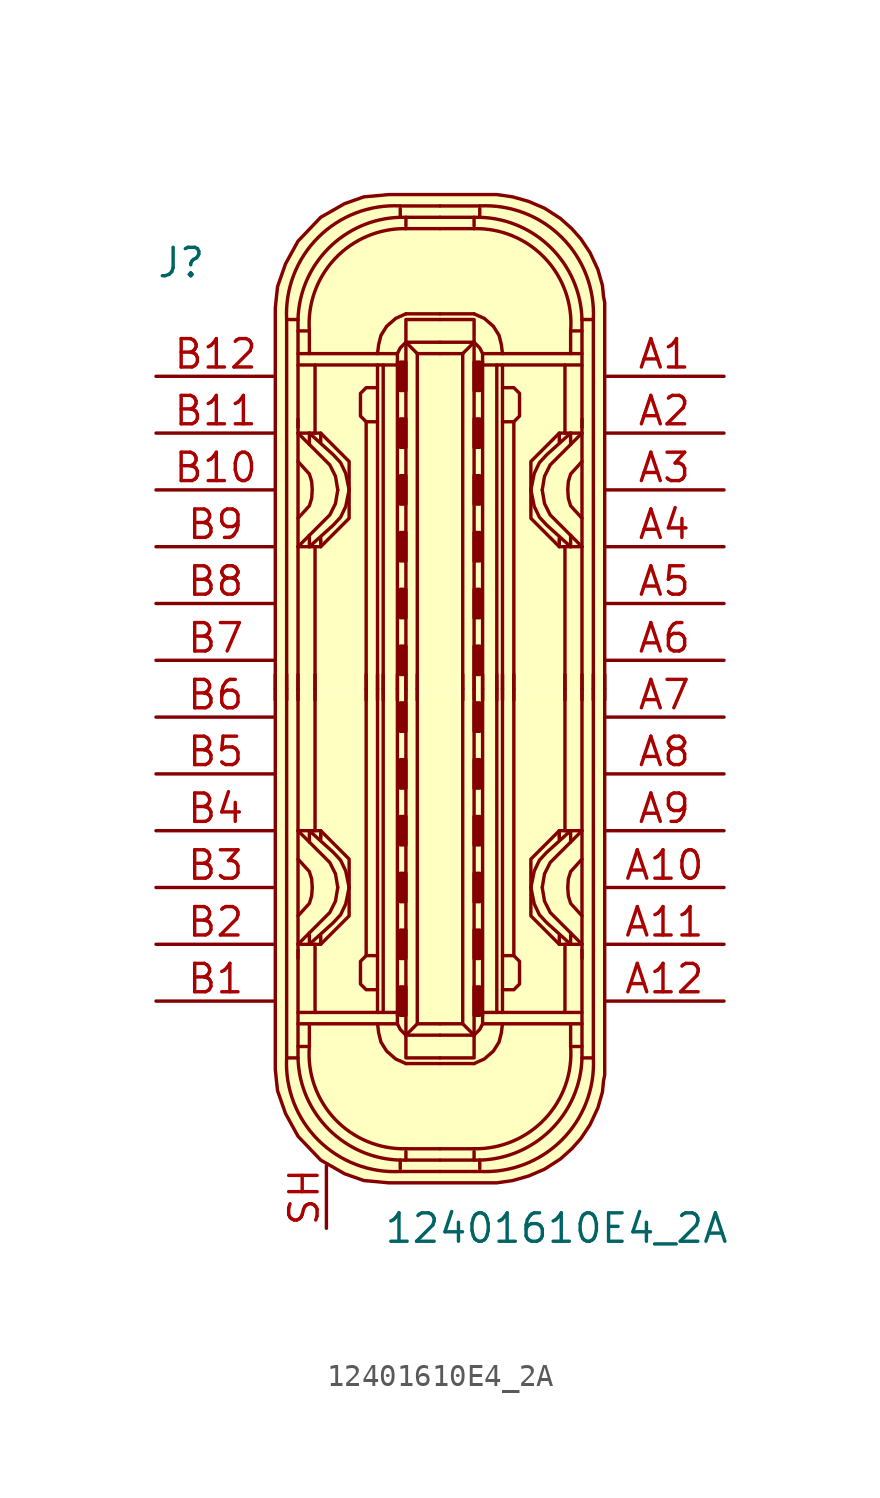
<source format=kicad_sym>
(kicad_symbol_lib
  (version 20231120)
  (generator "kicad_symbol_editor")
  (generator_version "8.0")
  (symbol "12401610E4_2A"
    (pin_names
      (offset 1.016))
    (property "Reference" "J"
      (at -12.7 19.05 0)
      (effects (font (size 1.27 1.27)) (justify left)))
    (property "Value" "12401610E4_2A"
      (at -2.54 -24.13 0)
      (effects (font (size 1.27 1.27)) (justify left)))
    (symbol "12401610E4_2A_1_1"
      (arc (start -6.858 -16.51) (mid -5.4492 -20.1812) (end -1.778 -21.59) (stroke (width 0) (type solid)) (fill (type none)))
      (arc (start -6.35 -16.51) (mid -4.9749 -19.7069) (end -1.778 -21.082) (stroke (width 0) (type solid)) (fill (type none)))
      (arc (start -5.842 -16.002) (mid -4.6972 -19.2495) (end -1.524 -20.574) (stroke (width 0) (type solid)) (fill (type none)))
      (rectangle (start -1.778 -14.605) (end -1.524 -13.335) (stroke (width 0) (type solid)) (fill (type outline)))
      (rectangle (start -1.778 -12.065) (end -1.524 -10.795) (stroke (width 0) (type solid)) (fill (type outline)))
      (rectangle (start -1.778 -9.525) (end -1.524 -8.255) (stroke (width 0) (type solid)) (fill (type outline)))
      (rectangle (start -1.778 -6.985) (end -1.524 -5.715) (stroke (width 0) (type solid)) (fill (type outline)))
      (rectangle (start -1.778 -4.445) (end -1.524 -3.175) (stroke (width 0) (type solid)) (fill (type outline)))
      (rectangle (start -1.778 -1.905) (end -1.524 -0.635) (stroke (width 0) (type solid)) (fill (type outline)))
      (rectangle (start -1.778 1.905) (end -1.524 0.635) (stroke (width 0) (type solid)) (fill (type outline)))
      (rectangle (start -1.778 4.445) (end -1.524 3.175) (stroke (width 0) (type solid)) (fill (type outline)))
      (rectangle (start -1.778 6.985) (end -1.524 5.715) (stroke (width 0) (type solid)) (fill (type outline)))
      (rectangle (start -1.778 9.525) (end -1.524 8.255) (stroke (width 0) (type solid)) (fill (type outline)))
      (rectangle (start -1.778 12.065) (end -1.524 10.795) (stroke (width 0) (type solid)) (fill (type outline)))
      (rectangle (start -1.778 14.605) (end -1.524 13.335) (stroke (width 0) (type solid)) (fill (type outline)))
      (arc (start -1.778 21.082) (mid -4.9749 19.7069) (end -6.35 16.51) (stroke (width 0) (type solid)) (fill (type none)))
      (arc (start -1.778 21.59) (mid -5.4492 20.1812) (end -6.858 16.51) (stroke (width 0) (type solid)) (fill (type none)))
      (arc (start -1.524 20.574) (mid -4.6883 19.2412) (end -5.842 16.002) (stroke (width 0) (type solid)) (fill (type none)))
      (polyline (pts (xy -7.366 -0.508) (xy -7.366 0.635)) (stroke (width 0) (type solid)) (fill (type none)))
      (polyline (pts (xy -6.858 -0.508) (xy -6.858 0.635)) (stroke (width 0) (type solid)) (fill (type none)))
      (polyline (pts (xy -6.35 -14.986) (xy -1.905 -14.986)) (stroke (width 0) (type solid)) (fill (type none)))
      (polyline (pts (xy -6.35 -12.065) (xy -6.35 0)) (stroke (width 0) (type solid)) (fill (type none)))
      (polyline (pts (xy -6.35 -0.508) (xy -6.35 0.635)) (stroke (width 0) (type solid)) (fill (type none)))
      (polyline (pts (xy -6.35 12.065) (xy -6.35 0)) (stroke (width 0) (type solid)) (fill (type none)))
      (polyline (pts (xy -6.35 14.986) (xy -1.905 14.986)) (stroke (width 0) (type solid)) (fill (type none)))
      (polyline (pts (xy -5.842 -11.43) (xy -5.842 -10.922)) (stroke (width 0) (type solid)) (fill (type none)))
      (polyline (pts (xy -5.842 -6.35) (xy -5.842 -6.858)) (stroke (width 0) (type solid)) (fill (type none)))
      (polyline (pts (xy -5.842 6.35) (xy -5.842 6.858)) (stroke (width 0) (type solid)) (fill (type none)))
      (polyline (pts (xy -5.842 11.43) (xy -5.842 10.922)) (stroke (width 0) (type solid)) (fill (type none)))
      (polyline (pts (xy -5.588 -14.478) (xy -5.588 -11.43)) (stroke (width 0) (type solid)) (fill (type none)))
      (polyline (pts (xy -5.588 -6.35) (xy -5.588 0)) (stroke (width 0) (type solid)) (fill (type none)))
      (polyline (pts (xy -5.588 -0.508) (xy -5.588 0.635)) (stroke (width 0) (type solid)) (fill (type none)))
      (polyline (pts (xy -5.588 6.35) (xy -5.588 0)) (stroke (width 0) (type solid)) (fill (type none)))
      (polyline (pts (xy -5.588 14.478) (xy -5.588 11.43)) (stroke (width 0) (type solid)) (fill (type none)))
      (polyline (pts (xy -5.334 -11.43) (xy -5.334 -11.049)) (stroke (width 0) (type solid)) (fill (type none)))
      (polyline (pts (xy -5.334 -6.604) (xy -5.334 -6.731)) (stroke (width 0) (type solid)) (fill (type none)))
      (polyline (pts (xy -5.334 -6.35) (xy -5.334 -6.604)) (stroke (width 0) (type solid)) (fill (type none)))
      (polyline (pts (xy -5.334 6.35) (xy -5.334 6.604)) (stroke (width 0) (type solid)) (fill (type none)))
      (polyline (pts (xy -5.334 6.604) (xy -5.334 6.731)) (stroke (width 0) (type solid)) (fill (type none)))
      (polyline (pts (xy -5.334 11.43) (xy -5.334 11.049)) (stroke (width 0) (type solid)) (fill (type none)))
      (polyline (pts (xy -3.302 -0.508) (xy -3.302 0.635)) (stroke (width 0) (type solid)) (fill (type none)))
      (polyline (pts (xy -3.302 0) (xy -3.302 -11.938)) (stroke (width 0) (type solid)) (fill (type none)))
      (polyline (pts (xy -3.302 0) (xy -3.302 11.938)) (stroke (width 0) (type solid)) (fill (type none)))
      (polyline (pts (xy -2.794 -0.508) (xy -2.794 0.635)) (stroke (width 0) (type solid)) (fill (type none)))
      (polyline (pts (xy -2.794 0) (xy -2.794 -14.478)) (stroke (width 0) (type solid)) (fill (type none)))
      (polyline (pts (xy -2.794 0) (xy -2.794 14.478)) (stroke (width 0) (type solid)) (fill (type none)))
      (polyline (pts (xy -2.54 -14.478) (xy -2.54 0)) (stroke (width 0) (type solid)) (fill (type none)))
      (polyline (pts (xy -2.54 -0.508) (xy -2.54 0.635)) (stroke (width 0) (type solid)) (fill (type none)))
      (polyline (pts (xy -2.54 14.478) (xy -2.54 0)) (stroke (width 0) (type solid)) (fill (type none)))
      (polyline (pts (xy -1.905 -14.478) (xy -6.35 -14.478)) (stroke (width 0) (type solid)) (fill (type none)))
      (polyline (pts (xy -1.905 -0.508) (xy -1.905 0.635)) (stroke (width 0) (type solid)) (fill (type none)))
      (polyline (pts (xy -1.905 0) (xy -1.905 -14.605)) (stroke (width 0) (type solid)) (fill (type none)))
      (polyline (pts (xy -1.905 0) (xy -1.905 14.605)) (stroke (width 0) (type solid)) (fill (type none)))
      (polyline (pts (xy -1.905 14.478) (xy -6.35 14.478)) (stroke (width 0) (type solid)) (fill (type none)))
      (polyline (pts (xy -1.778 -21.59) (xy 0 -21.59)) (stroke (width 0) (type solid)) (fill (type background)))
      (polyline (pts (xy -1.778 -21.082) (xy -1.778 -21.463)) (stroke (width 0) (type solid)) (fill (type none)))
      (polyline (pts (xy -1.778 -21.082) (xy 0 -21.082)) (stroke (width 0) (type solid)) (fill (type none)))
      (polyline (pts (xy -1.778 21.082) (xy -1.778 21.463)) (stroke (width 0) (type solid)) (fill (type none)))
      (polyline (pts (xy -1.778 21.082) (xy 0 21.082)) (stroke (width 0) (type solid)) (fill (type none)))
      (polyline (pts (xy -1.778 21.59) (xy 0 21.59)) (stroke (width 0) (type solid)) (fill (type background)))
      (polyline (pts (xy -1.524 -20.701) (xy -1.524 -21.082)) (stroke (width 0) (type solid)) (fill (type none)))
      (polyline (pts (xy -1.524 -20.574) (xy 0 -20.574)) (stroke (width 0) (type solid)) (fill (type none)))
      (polyline (pts (xy -1.524 -0.508) (xy -1.524 0.635)) (stroke (width 0) (type solid)) (fill (type none)))
      (polyline (pts (xy -1.524 20.574) (xy 0 20.574)) (stroke (width 0) (type solid)) (fill (type none)))
      (polyline (pts (xy -1.524 20.701) (xy -1.524 21.082)) (stroke (width 0) (type solid)) (fill (type none)))
      (polyline (pts (xy -1.016 -14.986) (xy -1.524 -15.494)) (stroke (width 0) (type solid)) (fill (type none)))
      (polyline (pts (xy -1.016 -0.508) (xy -1.016 0.635)) (stroke (width 0) (type solid)) (fill (type none)))
      (polyline (pts (xy -1.016 14.986) (xy -1.524 15.494)) (stroke (width 0) (type solid)) (fill (type none)))
      (polyline (pts (xy 0 -16.764) (xy -1.524 -16.764)) (stroke (width 0) (type solid)) (fill (type none)))
      (polyline (pts (xy 0 -16.764) (xy 1.524 -16.764)) (stroke (width 0) (type solid)) (fill (type none)))
      (polyline (pts (xy 0 16.764) (xy -1.524 16.764)) (stroke (width 0) (type solid)) (fill (type none)))
      (polyline (pts (xy 0 16.764) (xy 1.524 16.764)) (stroke (width 0) (type solid)) (fill (type none)))
      (polyline (pts (xy 1.016 -14.986) (xy 1.524 -15.494)) (stroke (width 0) (type solid)) (fill (type none)))
      (polyline (pts (xy 1.016 -0.508) (xy 1.016 0.635)) (stroke (width 0) (type solid)) (fill (type none)))
      (polyline (pts (xy 1.016 14.986) (xy 1.524 15.494)) (stroke (width 0) (type solid)) (fill (type none)))
      (polyline (pts (xy 1.524 -20.701) (xy 1.524 -21.082)) (stroke (width 0) (type solid)) (fill (type none)))
      (polyline (pts (xy 1.524 -20.574) (xy 0 -20.574)) (stroke (width 0) (type solid)) (fill (type none)))
      (polyline (pts (xy 1.524 -0.508) (xy 1.524 0.635)) (stroke (width 0) (type solid)) (fill (type none)))
      (polyline (pts (xy 1.524 20.574) (xy 0 20.574)) (stroke (width 0) (type solid)) (fill (type none)))
      (polyline (pts (xy 1.524 20.701) (xy 1.524 21.082)) (stroke (width 0) (type solid)) (fill (type none)))
      (polyline (pts (xy 1.778 -21.59) (xy 0 -21.59)) (stroke (width 0) (type solid)) (fill (type background)))
      (polyline (pts (xy 1.778 -21.082) (xy 0 -21.082)) (stroke (width 0) (type solid)) (fill (type none)))
      (polyline (pts (xy 1.778 -21.082) (xy 1.778 -21.463)) (stroke (width 0) (type solid)) (fill (type none)))
      (polyline (pts (xy 1.778 21.082) (xy 0 21.082)) (stroke (width 0) (type solid)) (fill (type none)))
      (polyline (pts (xy 1.778 21.082) (xy 1.778 21.463)) (stroke (width 0) (type solid)) (fill (type none)))
      (polyline (pts (xy 1.778 21.59) (xy 0 21.59)) (stroke (width 0) (type solid)) (fill (type background)))
      (polyline (pts (xy 1.905 -14.478) (xy 6.35 -14.478)) (stroke (width 0) (type solid)) (fill (type none)))
      (polyline (pts (xy 1.905 -0.508) (xy 1.905 0.635)) (stroke (width 0) (type solid)) (fill (type none)))
      (polyline (pts (xy 1.905 0) (xy 1.905 -14.605)) (stroke (width 0) (type solid)) (fill (type none)))
      (polyline (pts (xy 1.905 0) (xy 1.905 14.605)) (stroke (width 0) (type solid)) (fill (type none)))
      (polyline (pts (xy 1.905 14.478) (xy 6.35 14.478)) (stroke (width 0) (type solid)) (fill (type none)))
      (polyline (pts (xy 2.54 -14.478) (xy 2.54 0)) (stroke (width 0) (type solid)) (fill (type none)))
      (polyline (pts (xy 2.54 -0.508) (xy 2.54 0.635)) (stroke (width 0) (type solid)) (fill (type none)))
      (polyline (pts (xy 2.54 14.478) (xy 2.54 0)) (stroke (width 0) (type solid)) (fill (type none)))
      (polyline (pts (xy 2.794 -0.508) (xy 2.794 0.635)) (stroke (width 0) (type solid)) (fill (type none)))
      (polyline (pts (xy 2.794 0) (xy 2.794 -14.478)) (stroke (width 0) (type solid)) (fill (type none)))
      (polyline (pts (xy 2.794 0) (xy 2.794 14.478)) (stroke (width 0) (type solid)) (fill (type none)))
      (polyline (pts (xy 3.302 -0.508) (xy 3.302 0.635)) (stroke (width 0) (type solid)) (fill (type none)))
      (polyline (pts (xy 3.302 0) (xy 3.302 -11.938)) (stroke (width 0) (type solid)) (fill (type none)))
      (polyline (pts (xy 3.302 0) (xy 3.302 11.938)) (stroke (width 0) (type solid)) (fill (type none)))
      (polyline (pts (xy 5.334 -11.43) (xy 5.334 -11.049)) (stroke (width 0) (type solid)) (fill (type none)))
      (polyline (pts (xy 5.334 -6.604) (xy 5.334 -6.731)) (stroke (width 0) (type solid)) (fill (type none)))
      (polyline (pts (xy 5.334 -6.35) (xy 5.334 -6.604)) (stroke (width 0) (type solid)) (fill (type none)))
      (polyline (pts (xy 5.334 6.35) (xy 5.334 6.604)) (stroke (width 0) (type solid)) (fill (type none)))
      (polyline (pts (xy 5.334 6.604) (xy 5.334 6.731)) (stroke (width 0) (type solid)) (fill (type none)))
      (polyline (pts (xy 5.334 11.43) (xy 5.334 11.049)) (stroke (width 0) (type solid)) (fill (type none)))
      (polyline (pts (xy 5.588 -14.478) (xy 5.588 -11.43)) (stroke (width 0) (type solid)) (fill (type none)))
      (polyline (pts (xy 5.588 -6.35) (xy 5.588 0)) (stroke (width 0) (type solid)) (fill (type none)))
      (polyline (pts (xy 5.588 -0.508) (xy 5.588 0.635)) (stroke (width 0) (type solid)) (fill (type none)))
      (polyline (pts (xy 5.588 6.35) (xy 5.588 0)) (stroke (width 0) (type solid)) (fill (type none)))
      (polyline (pts (xy 5.588 14.478) (xy 5.588 11.43)) (stroke (width 0) (type solid)) (fill (type none)))
      (polyline (pts (xy 5.842 -11.43) (xy 5.842 -10.922)) (stroke (width 0) (type solid)) (fill (type none)))
      (polyline (pts (xy 5.842 -6.35) (xy 5.842 -6.858)) (stroke (width 0) (type solid)) (fill (type none)))
      (polyline (pts (xy 5.842 6.35) (xy 5.842 6.858)) (stroke (width 0) (type solid)) (fill (type none)))
      (polyline (pts (xy 5.842 11.43) (xy 5.842 10.922)) (stroke (width 0) (type solid)) (fill (type none)))
      (polyline (pts (xy 6.35 -14.986) (xy 1.905 -14.986)) (stroke (width 0) (type solid)) (fill (type none)))
      (polyline (pts (xy 6.35 -12.065) (xy 6.35 0)) (stroke (width 0) (type solid)) (fill (type none)))
      (polyline (pts (xy 6.35 -0.508) (xy 6.35 0.635)) (stroke (width 0) (type solid)) (fill (type none)))
      (polyline (pts (xy 6.35 12.065) (xy 6.35 0)) (stroke (width 0) (type solid)) (fill (type none)))
      (polyline (pts (xy 6.35 14.986) (xy 1.905 14.986)) (stroke (width 0) (type solid)) (fill (type none)))
      (polyline (pts (xy 6.858 -0.508) (xy 6.858 0.635)) (stroke (width 0) (type solid)) (fill (type none)))
      (polyline (pts (xy 7.366 -0.508) (xy 7.366 0.635)) (stroke (width 0) (type solid)) (fill (type none)))
      (polyline (pts (xy -6.35 -16.51) (xy -6.858 -16.51) (xy -6.858 0)) (stroke (width 0) (type solid)) (fill (type none)))
      (polyline (pts (xy -6.35 -11.684) (xy -6.35 -15.875) (xy -6.35 -16.51)) (stroke (width 0) (type solid)) (fill (type none)))
      (polyline (pts (xy -6.35 11.684) (xy -6.35 15.875) (xy -6.35 16.51)) (stroke (width 0) (type solid)) (fill (type none)))
      (polyline (pts (xy -6.35 16.51) (xy -6.858 16.51) (xy -6.858 0)) (stroke (width 0) (type solid)) (fill (type none)))
      (polyline (pts (xy -5.842 -14.986) (xy -5.842 -16.002) (xy -6.35 -16.002)) (stroke (width 0) (type solid)) (fill (type none)))
      (polyline (pts (xy -5.842 14.986) (xy -5.842 16.002) (xy -6.35 16.002)) (stroke (width 0) (type solid)) (fill (type none)))
      (polyline (pts (xy -1.524 0) (xy -1.524 -15.494) (xy 0 -15.494)) (stroke (width 0) (type solid)) (fill (type none)))
      (polyline (pts (xy -1.524 0) (xy -1.524 15.494) (xy 0 15.494)) (stroke (width 0) (type solid)) (fill (type none)))
      (polyline (pts (xy -1.016 0) (xy -1.016 -14.986) (xy 0 -14.986)) (stroke (width 0) (type solid)) (fill (type none)))
      (polyline (pts (xy -1.016 0) (xy -1.016 14.986) (xy 0 14.986)) (stroke (width 0) (type solid)) (fill (type none)))
      (polyline (pts (xy 1.016 0) (xy 1.016 -14.986) (xy 0 -14.986)) (stroke (width 0) (type solid)) (fill (type none)))
      (polyline (pts (xy 1.016 0) (xy 1.016 14.986) (xy 0 14.986)) (stroke (width 0) (type solid)) (fill (type none)))
      (polyline (pts (xy 1.524 0) (xy 1.524 -15.494) (xy 0 -15.494)) (stroke (width 0) (type solid)) (fill (type none)))
      (polyline (pts (xy 1.524 0) (xy 1.524 15.494) (xy 0 15.494)) (stroke (width 0) (type solid)) (fill (type none)))
      (polyline (pts (xy 5.842 -14.986) (xy 5.842 -16.002) (xy 6.35 -16.002)) (stroke (width 0) (type solid)) (fill (type none)))
      (polyline (pts (xy 5.842 14.986) (xy 5.842 16.002) (xy 6.35 16.002)) (stroke (width 0) (type solid)) (fill (type none)))
      (polyline (pts (xy 6.35 -16.51) (xy 6.858 -16.51) (xy 6.858 0)) (stroke (width 0) (type solid)) (fill (type none)))
      (polyline (pts (xy 6.35 -11.684) (xy 6.35 -15.875) (xy 6.35 -16.51)) (stroke (width 0) (type solid)) (fill (type none)))
      (polyline (pts (xy 6.35 11.684) (xy 6.35 15.875) (xy 6.35 16.51)) (stroke (width 0) (type solid)) (fill (type none)))
      (polyline (pts (xy 6.35 16.51) (xy 6.858 16.51) (xy 6.858 0)) (stroke (width 0) (type solid)) (fill (type none)))
      (polyline (pts (xy -6.35 -11.43) (xy -4.928 -10.008) (xy -4.674 -9.5) (xy -4.572 -8.89)) (stroke (width 0) (type solid)) (fill (type none)))
      (polyline (pts (xy -6.35 -10.16) (xy -5.842 -9.601) (xy -5.74 -9.271) (xy -5.715 -8.915)) (stroke (width 0) (type solid)) (fill (type none)))
      (polyline (pts (xy -6.35 -7.62) (xy -5.842 -8.179) (xy -5.74 -8.509) (xy -5.715 -8.865)) (stroke (width 0) (type solid)) (fill (type none)))
      (polyline (pts (xy -6.35 -6.35) (xy -4.928 -7.772) (xy -4.674 -8.28) (xy -4.572 -8.89)) (stroke (width 0) (type solid)) (fill (type none)))
      (polyline (pts (xy -6.35 6.35) (xy -4.928 7.772) (xy -4.674 8.28) (xy -4.572 8.89)) (stroke (width 0) (type solid)) (fill (type none)))
      (polyline (pts (xy -6.35 7.62) (xy -5.842 8.179) (xy -5.74 8.509) (xy -5.715 8.865)) (stroke (width 0) (type solid)) (fill (type none)))
      (polyline (pts (xy -6.35 10.16) (xy -5.842 9.601) (xy -5.74 9.271) (xy -5.715 8.915)) (stroke (width 0) (type solid)) (fill (type none)))
      (polyline (pts (xy -6.35 11.43) (xy -4.928 10.008) (xy -4.674 9.5) (xy -4.572 8.89)) (stroke (width 0) (type solid)) (fill (type none)))
      (polyline (pts (xy -1.905 -14.605) (xy -1.905 -14.986) (xy -1.778 -15.24) (xy -1.524 -15.494)) (stroke (width 0) (type solid)) (fill (type none)))
      (polyline (pts (xy -1.905 14.605) (xy -1.905 14.986) (xy -1.778 15.24) (xy -1.524 15.494)) (stroke (width 0) (type solid)) (fill (type none)))
      (polyline (pts (xy 0 -16.51) (xy -1.397 -16.51) (xy -1.524 -16.51) (xy -1.524 -15.494)) (stroke (width 0) (type solid)) (fill (type none)))
      (polyline (pts (xy 0 -16.51) (xy 1.397 -16.51) (xy 1.524 -16.51) (xy 1.524 -15.494)) (stroke (width 0) (type solid)) (fill (type none)))
      (polyline (pts (xy 0 16.51) (xy -1.397 16.51) (xy -1.524 16.51) (xy -1.524 15.494)) (stroke (width 0) (type solid)) (fill (type none)))
      (polyline (pts (xy 0 16.51) (xy 1.397 16.51) (xy 1.524 16.51) (xy 1.524 15.494)) (stroke (width 0) (type solid)) (fill (type none)))
      (polyline (pts (xy 1.905 -14.605) (xy 1.905 -14.986) (xy 1.778 -15.24) (xy 1.524 -15.494)) (stroke (width 0) (type solid)) (fill (type none)))
      (polyline (pts (xy 1.905 14.605) (xy 1.905 14.986) (xy 1.778 15.24) (xy 1.524 15.494)) (stroke (width 0) (type solid)) (fill (type none)))
      (polyline (pts (xy 6.35 -11.43) (xy 4.928 -10.008) (xy 4.674 -9.5) (xy 4.572 -8.89)) (stroke (width 0) (type solid)) (fill (type none)))
      (polyline (pts (xy 6.35 -10.16) (xy 5.842 -9.601) (xy 5.74 -9.271) (xy 5.715 -8.915)) (stroke (width 0) (type solid)) (fill (type none)))
      (polyline (pts (xy 6.35 -7.62) (xy 5.842 -8.179) (xy 5.74 -8.509) (xy 5.715 -8.865)) (stroke (width 0) (type solid)) (fill (type none)))
      (polyline (pts (xy 6.35 -6.35) (xy 4.928 -7.772) (xy 4.674 -8.28) (xy 4.572 -8.89)) (stroke (width 0) (type solid)) (fill (type none)))
      (polyline (pts (xy 6.35 6.35) (xy 4.928 7.772) (xy 4.674 8.28) (xy 4.572 8.89)) (stroke (width 0) (type solid)) (fill (type none)))
      (polyline (pts (xy 6.35 7.62) (xy 5.842 8.179) (xy 5.74 8.509) (xy 5.715 8.865)) (stroke (width 0) (type solid)) (fill (type none)))
      (polyline (pts (xy 6.35 10.16) (xy 5.842 9.601) (xy 5.74 9.271) (xy 5.715 8.915)) (stroke (width 0) (type solid)) (fill (type none)))
      (polyline (pts (xy 6.35 11.43) (xy 4.928 10.008) (xy 4.674 9.5) (xy 4.572 8.89)) (stroke (width 0) (type solid)) (fill (type none)))
      (polyline (pts (xy -5.842 -11.43) (xy -4.775 -10.465) (xy -4.445 -10.109) (xy -4.216 -9.627) (xy -4.064 -8.89)) (stroke (width 0) (type solid)) (fill (type none)))
      (polyline (pts (xy -5.842 -6.35) (xy -4.775 -7.315) (xy -4.445 -7.671) (xy -4.216 -8.153) (xy -4.064 -8.89)) (stroke (width 0) (type solid)) (fill (type none)))
      (polyline (pts (xy -5.842 6.35) (xy -4.775 7.315) (xy -4.445 7.671) (xy -4.216 8.153) (xy -4.064 8.89)) (stroke (width 0) (type solid)) (fill (type none)))
      (polyline (pts (xy -5.842 11.43) (xy -4.775 10.465) (xy -4.445 10.109) (xy -4.216 9.627) (xy -4.064 8.89)) (stroke (width 0) (type solid)) (fill (type none)))
      (polyline (pts (xy 5.842 -11.43) (xy 4.775 -10.465) (xy 4.445 -10.109) (xy 4.216 -9.627) (xy 4.064 -8.89)) (stroke (width 0) (type solid)) (fill (type none)))
      (polyline (pts (xy 5.842 -6.35) (xy 4.775 -7.315) (xy 4.445 -7.671) (xy 4.216 -8.153) (xy 4.064 -8.89)) (stroke (width 0) (type solid)) (fill (type none)))
      (polyline (pts (xy 5.842 6.35) (xy 4.775 7.315) (xy 4.445 7.671) (xy 4.216 8.153) (xy 4.064 8.89)) (stroke (width 0) (type solid)) (fill (type none)))
      (polyline (pts (xy 5.842 11.43) (xy 4.775 10.465) (xy 4.445 10.109) (xy 4.216 9.627) (xy 4.064 8.89)) (stroke (width 0) (type solid)) (fill (type none)))
      (polyline (pts (xy -6.35 -11.43) (xy -5.334 -11.43) (xy -4.064 -10.16) (xy -4.064 -7.62) (xy -5.334 -6.35) (xy -6.35 -6.35)) (stroke (width 0) (type solid)) (fill (type none)))
      (polyline (pts (xy -6.35 11.43) (xy -5.334 11.43) (xy -4.064 10.16) (xy -4.064 7.62) (xy -5.334 6.35) (xy -6.35 6.35)) (stroke (width 0) (type solid)) (fill (type none)))
      (polyline (pts (xy -2.794 -14.986) (xy -2.743 -15.392) (xy -2.642 -15.799) (xy -2.388 -16.205) (xy -1.981 -16.561) (xy -1.524 -16.764)) (stroke (width 0) (type solid)) (fill (type none)))
      (polyline (pts (xy -2.794 -13.462) (xy -3.302 -13.462) (xy -3.556 -13.208) (xy -3.556 -12.192) (xy -3.302 -11.938) (xy -2.794 -11.938)) (stroke (width 0) (type solid)) (fill (type none)))
      (polyline (pts (xy -2.794 13.462) (xy -3.302 13.462) (xy -3.556 13.208) (xy -3.556 12.192) (xy -3.302 11.938) (xy -2.794 11.938)) (stroke (width 0) (type solid)) (fill (type none)))
      (polyline (pts (xy -2.794 14.986) (xy -2.743 15.392) (xy -2.642 15.799) (xy -2.388 16.205) (xy -1.981 16.561) (xy -1.524 16.764)) (stroke (width 0) (type solid)) (fill (type none)))
      (polyline (pts (xy 2.794 -14.986) (xy 2.743 -15.392) (xy 2.642 -15.799) (xy 2.388 -16.205) (xy 1.981 -16.561) (xy 1.524 -16.764)) (stroke (width 0) (type solid)) (fill (type none)))
      (polyline (pts (xy 2.794 -13.462) (xy 3.302 -13.462) (xy 3.556 -13.208) (xy 3.556 -12.192) (xy 3.302 -11.938) (xy 2.794 -11.938)) (stroke (width 0) (type solid)) (fill (type none)))
      (polyline (pts (xy 2.794 13.462) (xy 3.302 13.462) (xy 3.556 13.208) (xy 3.556 12.192) (xy 3.302 11.938) (xy 2.794 11.938)) (stroke (width 0) (type solid)) (fill (type none)))
      (polyline (pts (xy 2.794 14.986) (xy 2.743 15.392) (xy 2.642 15.799) (xy 2.388 16.205) (xy 1.981 16.561) (xy 1.524 16.764)) (stroke (width 0) (type solid)) (fill (type none)))
      (polyline (pts (xy 6.35 -11.43) (xy 5.334 -11.43) (xy 4.064 -10.16) (xy 4.064 -7.62) (xy 5.334 -6.35) (xy 6.35 -6.35)) (stroke (width 0) (type solid)) (fill (type none)))
      (polyline (pts (xy 6.35 11.43) (xy 5.334 11.43) (xy 4.064 10.16) (xy 4.064 7.62) (xy 5.334 6.35) (xy 6.35 6.35)) (stroke (width 0) (type solid)) (fill (type none)))
      (polyline (pts (xy 7.366 0) (xy 7.366 -17.018) (xy 7.366 -17.272) (xy 7.315 -17.526) (xy 7.264 -18.034) (xy 7.061 -18.745) (xy 6.706 -19.507) (xy 6.299 -20.117) (xy 5.893 -20.574) (xy 5.385 -21.031) (xy 4.674 -21.488) (xy 3.962 -21.793) (xy 3.251 -21.996) (xy 2.54 -22.098) (xy -2.286 -22.098) (xy -3.404 -21.996) (xy -4.267 -21.692) (xy -5.334 -21.082) (xy -6.35 -20.015) (xy -6.909 -18.999) (xy -7.264 -17.983) (xy -7.315 -17.526) (xy -7.366 -17.018) (xy -7.366 0)) (stroke (width 0) (type solid)) (fill (type background)))
      (polyline (pts (xy 7.366 0) (xy 7.366 17.018) (xy 7.366 17.272) (xy 7.315 17.526) (xy 7.264 18.034) (xy 7.061 18.745) (xy 6.706 19.507) (xy 6.299 20.117) (xy 5.893 20.574) (xy 5.385 21.031) (xy 4.674 21.488) (xy 3.962 21.793) (xy 3.251 21.996) (xy 2.54 22.098) (xy -2.286 22.098) (xy -3.404 21.996) (xy -4.267 21.692) (xy -5.334 21.082) (xy -6.35 20.015) (xy -6.909 18.999) (xy -7.264 17.983) (xy -7.315 17.526) (xy -7.366 17.018) (xy -7.366 0)) (stroke (width 0) (type solid)) (fill (type background)))
      (arc (start 1.524 -20.574) (mid 4.6883 -19.2412) (end 5.842 -16.002) (stroke (width 0) (type solid)) (fill (type none)))
      (arc (start 1.778 -21.59) (mid 5.4492 -20.1812) (end 6.858 -16.51) (stroke (width 0) (type solid)) (fill (type none)))
      (arc (start 1.778 -21.082) (mid 4.9749 -19.7069) (end 6.35 -16.51) (stroke (width 0) (type solid)) (fill (type none)))
      (rectangle (start 1.778 -14.605) (end 1.524 -13.335) (stroke (width 0) (type solid)) (fill (type outline)))
      (rectangle (start 1.778 -12.065) (end 1.524 -10.795) (stroke (width 0) (type solid)) (fill (type outline)))
      (rectangle (start 1.778 -9.525) (end 1.524 -8.255) (stroke (width 0) (type solid)) (fill (type outline)))
      (rectangle (start 1.778 -6.985) (end 1.524 -5.715) (stroke (width 0) (type solid)) (fill (type outline)))
      (rectangle (start 1.778 -4.445) (end 1.524 -3.175) (stroke (width 0) (type solid)) (fill (type outline)))
      (rectangle (start 1.778 -1.905) (end 1.524 -0.635) (stroke (width 0) (type solid)) (fill (type outline)))
      (rectangle (start 1.778 1.905) (end 1.524 0.635) (stroke (width 0) (type solid)) (fill (type outline)))
      (rectangle (start 1.778 4.445) (end 1.524 3.175) (stroke (width 0) (type solid)) (fill (type outline)))
      (rectangle (start 1.778 6.985) (end 1.524 5.715) (stroke (width 0) (type solid)) (fill (type outline)))
      (rectangle (start 1.778 9.525) (end 1.524 8.255) (stroke (width 0) (type solid)) (fill (type outline)))
      (rectangle (start 1.778 12.065) (end 1.524 10.795) (stroke (width 0) (type solid)) (fill (type outline)))
      (rectangle (start 1.778 14.605) (end 1.524 13.335) (stroke (width 0) (type solid)) (fill (type outline)))
      (arc (start 5.842 16.002) (mid 4.6972 19.2495) (end 1.524 20.574) (stroke (width 0) (type solid)) (fill (type none)))
      (arc (start 6.35 16.51) (mid 4.9749 19.7069) (end 1.778 21.082) (stroke (width 0) (type solid)) (fill (type none)))
      (arc (start 6.858 16.51) (mid 5.4492 20.1812) (end 1.778 21.59) (stroke (width 0) (type solid)) (fill (type none)))
      (pin passive line (at 12.7 13.97 180) (length 5.334) (name "~" (effects (font (size 1.27 1.27)))) (number "A1" (effects (font (size 1.27 1.27)))))
      (pin passive line (at 12.7 -8.89 180) (length 5.334) (name "~" (effects (font (size 1.27 1.27)))) (number "A10" (effects (font (size 1.27 1.27)))))
      (pin passive line (at 12.7 -11.43 180) (length 5.334) (name "~" (effects (font (size 1.27 1.27)))) (number "A11" (effects (font (size 1.27 1.27)))))
      (pin passive line (at 12.7 -13.97 180) (length 5.334) (name "~" (effects (font (size 1.27 1.27)))) (number "A12" (effects (font (size 1.27 1.27)))))
      (pin passive line (at 12.7 11.43 180) (length 5.334) (name "~" (effects (font (size 1.27 1.27)))) (number "A2" (effects (font (size 1.27 1.27)))))
      (pin passive line (at 12.7 8.89 180) (length 5.334) (name "~" (effects (font (size 1.27 1.27)))) (number "A3" (effects (font (size 1.27 1.27)))))
      (pin passive line (at 12.7 6.35 180) (length 5.334) (name "~" (effects (font (size 1.27 1.27)))) (number "A4" (effects (font (size 1.27 1.27)))))
      (pin passive line (at 12.7 3.81 180) (length 5.334) (name "~" (effects (font (size 1.27 1.27)))) (number "A5" (effects (font (size 1.27 1.27)))))
      (pin passive line (at 12.7 1.27 180) (length 5.334) (name "~" (effects (font (size 1.27 1.27)))) (number "A6" (effects (font (size 1.27 1.27)))))
      (pin passive line (at 12.7 -1.27 180) (length 5.334) (name "~" (effects (font (size 1.27 1.27)))) (number "A7" (effects (font (size 1.27 1.27)))))
      (pin passive line (at 12.7 -3.81 180) (length 5.334) (name "~" (effects (font (size 1.27 1.27)))) (number "A8" (effects (font (size 1.27 1.27)))))
      (pin passive line (at 12.7 -6.35 180) (length 5.334) (name "~" (effects (font (size 1.27 1.27)))) (number "A9" (effects (font (size 1.27 1.27)))))
      (pin passive line (at -12.7 -13.97 0) (length 5.334) (name "~" (effects (font (size 1.27 1.27)))) (number "B1" (effects (font (size 1.27 1.27)))))
      (pin passive line (at -12.7 8.89 0) (length 5.334) (name "~" (effects (font (size 1.27 1.27)))) (number "B10" (effects (font (size 1.27 1.27)))))
      (pin passive line (at -12.7 11.43 0) (length 5.334) (name "~" (effects (font (size 1.27 1.27)))) (number "B11" (effects (font (size 1.27 1.27)))))
      (pin passive line (at -12.7 13.97 0) (length 5.334) (name "~" (effects (font (size 1.27 1.27)))) (number "B12" (effects (font (size 1.27 1.27)))))
      (pin passive line (at -12.7 -11.43 0) (length 5.334) (name "~" (effects (font (size 1.27 1.27)))) (number "B2" (effects (font (size 1.27 1.27)))))
      (pin passive line (at -12.7 -8.89 0) (length 5.334) (name "~" (effects (font (size 1.27 1.27)))) (number "B3" (effects (font (size 1.27 1.27)))))
      (pin passive line (at -12.7 -6.35 0) (length 5.334) (name "~" (effects (font (size 1.27 1.27)))) (number "B4" (effects (font (size 1.27 1.27)))))
      (pin passive line (at -12.7 -3.81 0) (length 5.334) (name "~" (effects (font (size 1.27 1.27)))) (number "B5" (effects (font (size 1.27 1.27)))))
      (pin passive line (at -12.7 -1.27 0) (length 5.334) (name "~" (effects (font (size 1.27 1.27)))) (number "B6" (effects (font (size 1.27 1.27)))))
      (pin passive line (at -12.7 1.27 0) (length 5.334) (name "~" (effects (font (size 1.27 1.27)))) (number "B7" (effects (font (size 1.27 1.27)))))
      (pin passive line (at -12.7 3.81 0) (length 5.334) (name "~" (effects (font (size 1.27 1.27)))) (number "B8" (effects (font (size 1.27 1.27)))))
      (pin passive line (at -12.7 6.35 0) (length 5.334) (name "~" (effects (font (size 1.27 1.27)))) (number "B9" (effects (font (size 1.27 1.27)))))
      (pin input line (at -5.08 -24.13 90) (length 2.794) (name "~" (effects (font (size 1.27 1.27)))) (number "SH" (effects (font (size 1.27 1.27))))))))
</source>
